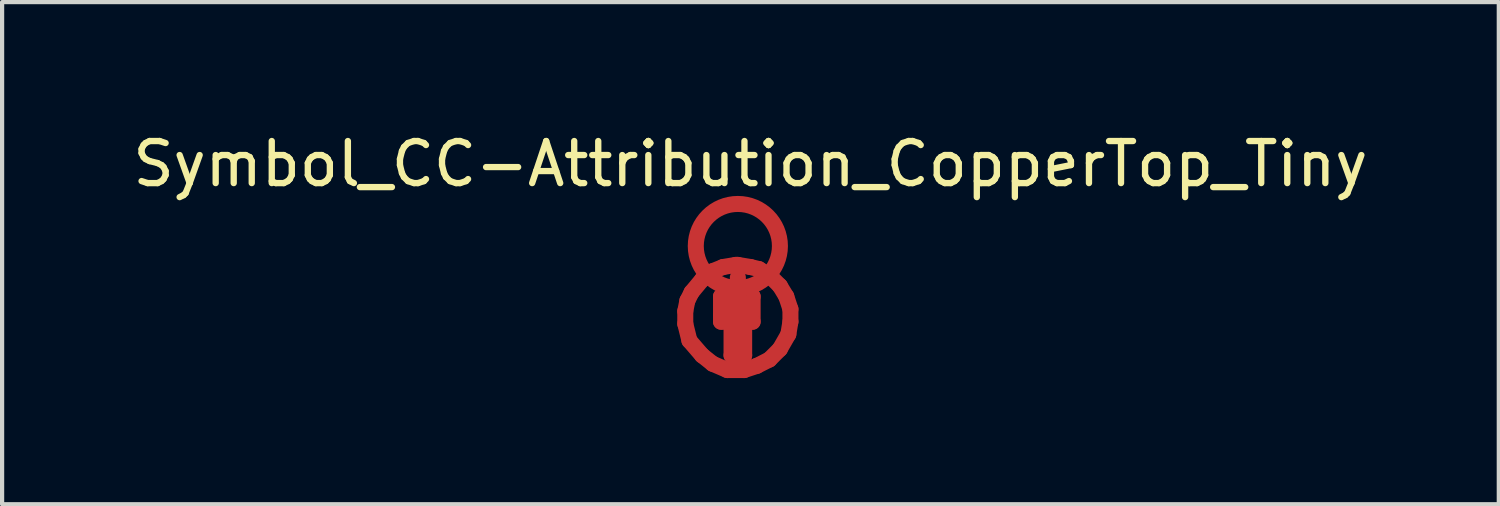
<source format=kicad_pcb>
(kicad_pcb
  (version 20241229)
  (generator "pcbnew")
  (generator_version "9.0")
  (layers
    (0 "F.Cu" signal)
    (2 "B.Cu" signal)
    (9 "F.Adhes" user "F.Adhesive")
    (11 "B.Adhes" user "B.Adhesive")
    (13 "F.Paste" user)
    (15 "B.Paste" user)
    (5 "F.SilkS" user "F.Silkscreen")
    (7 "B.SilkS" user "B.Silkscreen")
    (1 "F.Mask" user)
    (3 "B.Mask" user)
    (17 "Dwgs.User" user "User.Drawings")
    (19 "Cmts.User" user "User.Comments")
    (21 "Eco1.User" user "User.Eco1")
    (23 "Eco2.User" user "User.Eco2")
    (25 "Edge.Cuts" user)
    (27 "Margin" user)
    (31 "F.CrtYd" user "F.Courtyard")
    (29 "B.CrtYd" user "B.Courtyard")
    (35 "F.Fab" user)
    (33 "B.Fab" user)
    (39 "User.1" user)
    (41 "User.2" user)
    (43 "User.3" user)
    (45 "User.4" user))
  (footprint "Symbol_CC-Attribution_CopperTop_Tiny"
    (layer "F.Cu")
    (at 14.492 4.498)
    (property "Reference" "Symbol_CC-Attribution_CopperTop_Tiny" (at 0.3 -3.65 0) (layer "F.SilkS") (effects (font (size 1 1) (thickness 0.15))))
    (attr exclude_from_pos_files exclude_from_bom)
    (fp_line (start -1.25 -0.15) (end -1.25 0.15) (stroke (width 0.381) (type solid)) (layer "F.Cu"))
    (fp_line (start -1.25 0.15) (end -1.151 0.55) (stroke (width 0.381) (type solid)) (layer "F.Cu"))
    (fp_line (start -1.2 -0.4) (end -1.25 -0.15) (stroke (width 0.381) (type solid)) (layer "F.Cu"))
    (fp_line (start -1.151 0.55) (end -0.85 0.9) (stroke (width 0.381) (type solid)) (layer "F.Cu"))
    (fp_line (start -1.1 -0.599) (end -1.2 -0.4) (stroke (width 0.381) (type solid)) (layer "F.Cu"))
    (fp_line (start -0.85 -0.9) (end -1.1 -0.599) (stroke (width 0.381) (type solid)) (layer "F.Cu"))
    (fp_line (start -0.85 0.9) (end -0.599 1.1) (stroke (width 0.381) (type solid)) (layer "F.Cu"))
    (fp_line (start -0.599 -1.1) (end -0.85 -0.9) (stroke (width 0.381) (type solid)) (layer "F.Cu"))
    (fp_line (start -0.599 1.1) (end -0.25 1.25) (stroke (width 0.381) (type solid)) (layer "F.Cu"))
    (fp_line (start -0.4 -0.5) (end 0.351 -0.5) (stroke (width 0.381) (type solid)) (layer "F.Cu"))
    (fp_line (start -0.4 -0.05) (end 0.25 -0.05) (stroke (width 0.381) (type solid)) (layer "F.Cu"))
    (fp_line (start -0.4 0.1) (end -0.4 -0.5) (stroke (width 0.381) (type solid)) (layer "F.Cu"))
    (fp_line (start -0.351 -1.2) (end -0.599 -1.1) (stroke (width 0.381) (type solid)) (layer "F.Cu"))
    (fp_line (start -0.351 -0.351) (end 0.3 -0.351) (stroke (width 0.381) (type solid)) (layer "F.Cu"))
    (fp_line (start -0.25 1.25) (end 0.15 1.25) (stroke (width 0.381) (type solid)) (layer "F.Cu"))
    (fp_line (start -0.15 0.15) (end -0.15 0.9) (stroke (width 0.381) (type solid)) (layer "F.Cu"))
    (fp_line (start -0.15 0.9) (end 0.1 0.9) (stroke (width 0.381) (type solid)) (layer "F.Cu"))
    (fp_line (start -0.05 -1.25) (end -0.351 -1.2) (stroke (width 0.381) (type solid)) (layer "F.Cu"))
    (fp_line (start 0 -1.25) (end -0.05 -1.25) (stroke (width 0.381) (type solid)) (layer "F.Cu"))
    (fp_line (start 0 -0.95) (end 0 -0.751) (stroke (width 0.381) (type solid)) (layer "F.Cu"))
    (fp_line (start 0 0.15) (end 0 0.8) (stroke (width 0.381) (type solid)) (layer "F.Cu"))
    (fp_line (start 0.05 0.9) (end 0.15 0.9) (stroke (width 0.381) (type solid)) (layer "F.Cu"))
    (fp_line (start 0.15 0.9) (end 0.15 0.1) (stroke (width 0.381) (type solid)) (layer "F.Cu"))
    (fp_line (start 0.15 1.25) (end 0.45 1.151) (stroke (width 0.381) (type solid)) (layer "F.Cu"))
    (fp_line (start 0.25 -0.199) (end -0.351 -0.199) (stroke (width 0.381) (type solid)) (layer "F.Cu"))
    (fp_line (start 0.3 -1.2) (end 0 -1.25) (stroke (width 0.381) (type solid)) (layer "F.Cu"))
    (fp_line (start 0.351 -0.5) (end 0.351 0.1) (stroke (width 0.381) (type solid)) (layer "F.Cu"))
    (fp_line (start 0.351 0.1) (end -0.4 0.1) (stroke (width 0.381) (type solid)) (layer "F.Cu"))
    (fp_line (start 0.45 1.151) (end 0.751 0.999) (stroke (width 0.381) (type solid)) (layer "F.Cu"))
    (fp_line (start 0.5 -1.151) (end 0.3 -1.2) (stroke (width 0.381) (type solid)) (layer "F.Cu"))
    (fp_line (start 0.751 -0.999) (end 0.5 -1.151) (stroke (width 0.381) (type solid)) (layer "F.Cu"))
    (fp_line (start 0.751 0.999) (end 0.999 0.751) (stroke (width 0.381) (type solid)) (layer "F.Cu"))
    (fp_line (start 0.999 -0.751) (end 0.751 -0.999) (stroke (width 0.381) (type solid)) (layer "F.Cu"))
    (fp_line (start 0.999 0.751) (end 1.2 0.4) (stroke (width 0.381) (type solid)) (layer "F.Cu"))
    (fp_line (start 1.151 -0.5) (end 0.999 -0.751) (stroke (width 0.381) (type solid)) (layer "F.Cu"))
    (fp_line (start 1.2 0.4) (end 1.25 0.1) (stroke (width 0.381) (type solid)) (layer "F.Cu"))
    (fp_line (start 1.25 -0.199) (end 1.151 -0.5) (stroke (width 0.381) (type solid)) (layer "F.Cu"))
    (fp_line (start 1.25 0.1) (end 1.25 -0.199) (stroke (width 0.381) (type solid)) (layer "F.Cu"))
    (fp_circle (center 0 -1.699) (end 0.05 -0.7) (stroke (width 0.381) (type solid)) (fill no) (layer "F.Cu")))
  (gr_rect
    (start -3 -3)
    (end 32.583 8.938)
    (stroke (width 0.1) (type default))
    (fill no)
    (layer "Edge.Cuts")))
</source>
